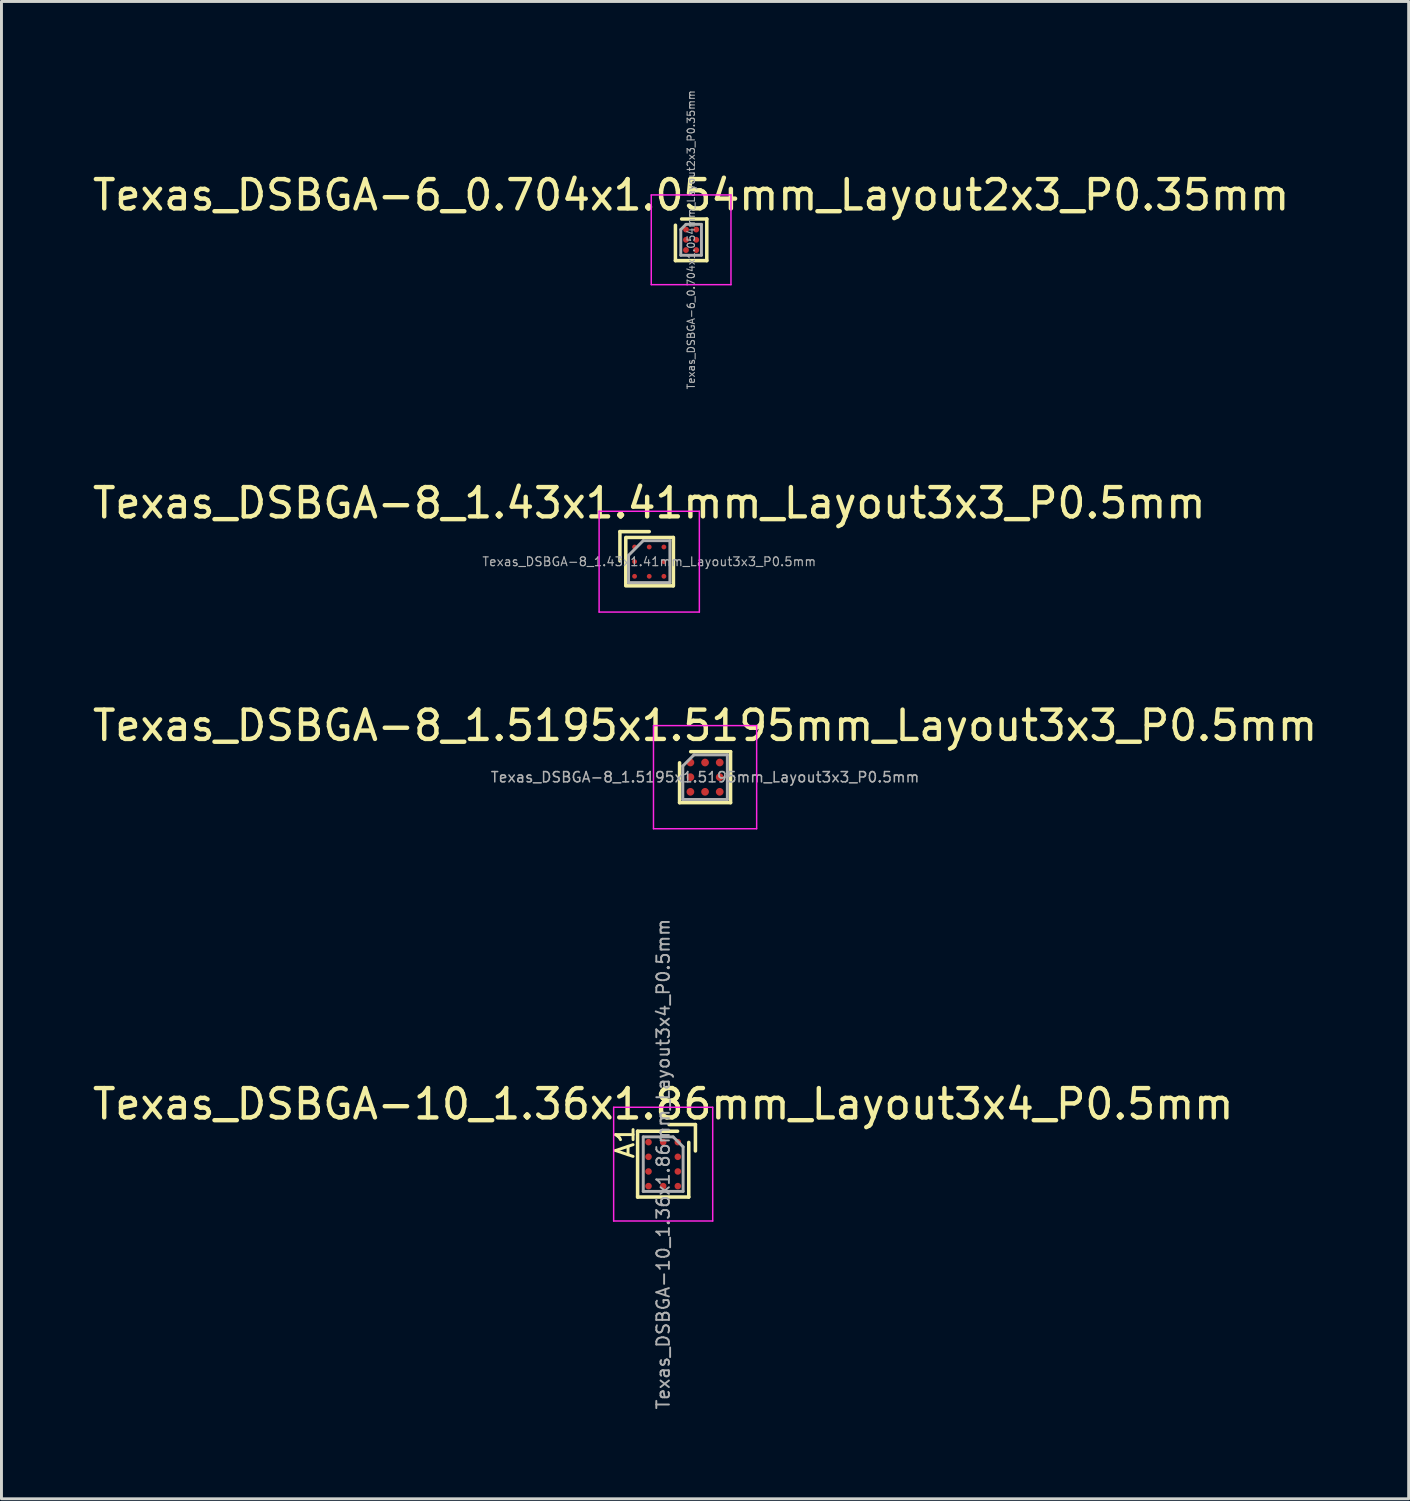
<source format=kicad_pcb>
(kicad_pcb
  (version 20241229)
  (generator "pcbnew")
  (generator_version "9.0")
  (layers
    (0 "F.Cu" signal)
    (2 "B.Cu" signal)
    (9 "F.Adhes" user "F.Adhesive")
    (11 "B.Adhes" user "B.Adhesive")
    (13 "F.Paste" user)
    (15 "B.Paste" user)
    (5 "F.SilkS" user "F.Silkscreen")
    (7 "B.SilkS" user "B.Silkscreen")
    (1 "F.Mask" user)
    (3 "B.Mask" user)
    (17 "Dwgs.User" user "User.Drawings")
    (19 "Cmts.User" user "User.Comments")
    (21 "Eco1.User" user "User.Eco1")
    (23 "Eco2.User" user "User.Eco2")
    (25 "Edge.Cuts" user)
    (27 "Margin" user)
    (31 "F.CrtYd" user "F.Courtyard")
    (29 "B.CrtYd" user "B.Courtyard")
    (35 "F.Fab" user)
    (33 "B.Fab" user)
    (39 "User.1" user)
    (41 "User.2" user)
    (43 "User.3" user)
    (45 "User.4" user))
  (footprint "Texas_DSBGA-8_1.5195x1.5195mm_Layout3x3_P0.5mm"
    (layer "F.Cu")
    (at 21.006 23.466)
    (property "Reference" "Texas_DSBGA-8_1.5195x1.5195mm_Layout3x3_P0.5mm" (at 0 -1.76 0) (layer "F.SilkS") (effects (font (size 1 1) (thickness 0.15))))
    (attr smd)
    (fp_line (start -0.87 0.87) (end -0.87 -0.49) (stroke (width 0.12) (type solid)) (layer "F.SilkS"))
    (fp_line (start -0.49 -0.87) (end 0.87 -0.87) (stroke (width 0.12) (type solid)) (layer "F.SilkS"))
    (fp_line (start 0.87 -0.87) (end 0.87 0.87) (stroke (width 0.12) (type solid)) (layer "F.SilkS"))
    (fp_line (start 0.87 0.87) (end -0.87 0.87) (stroke (width 0.12) (type solid)) (layer "F.SilkS"))
    (fp_line (start -1.76 -1.76) (end -1.76 1.76) (stroke (width 0.05) (type solid)) (layer "F.CrtYd"))
    (fp_line (start -1.76 1.76) (end 1.76 1.76) (stroke (width 0.05) (type solid)) (layer "F.CrtYd"))
    (fp_line (start 1.76 -1.76) (end -1.76 -1.76) (stroke (width 0.05) (type solid)) (layer "F.CrtYd"))
    (fp_line (start 1.76 1.76) (end 1.76 -1.76) (stroke (width 0.05) (type solid)) (layer "F.CrtYd"))
    (fp_line (start -0.76 -0.38) (end -0.38 -0.76) (stroke (width 0.1) (type solid)) (layer "F.Fab"))
    (fp_line (start -0.76 0.76) (end -0.76 -0.38) (stroke (width 0.1) (type solid)) (layer "F.Fab"))
    (fp_line (start -0.38 -0.76) (end 0.76 -0.76) (stroke (width 0.1) (type solid)) (layer "F.Fab"))
    (fp_line (start 0.76 -0.76) (end 0.76 0.76) (stroke (width 0.1) (type solid)) (layer "F.Fab"))
    (fp_line (start 0.76 0.76) (end -0.76 0.76) (stroke (width 0.1) (type solid)) (layer "F.Fab"))
    (fp_text user "${REFERENCE}" (at 0 0 0) (layer "F.Fab") (effects (font (size 0.35 0.35) (thickness 0.052))))
    (pad "A1" smd circle (at -0.5 -0.5) (size 0.263 0.263) (layers "F.Cu" "F.Mask" "F.Paste"))
    (pad "A2" smd circle (at 0 -0.5) (size 0.263 0.263) (layers "F.Cu" "F.Mask" "F.Paste"))
    (pad "A3" smd circle (at 0.5 -0.5) (size 0.263 0.263) (layers "F.Cu" "F.Mask" "F.Paste"))
    (pad "B1" smd circle (at -0.5 0) (size 0.263 0.263) (layers "F.Cu" "F.Mask" "F.Paste"))
    (pad "B3" smd circle (at 0.5 0) (size 0.263 0.263) (layers "F.Cu" "F.Mask" "F.Paste"))
    (pad "C1" smd circle (at -0.5 0.5) (size 0.263 0.263) (layers "F.Cu" "F.Mask" "F.Paste"))
    (pad "C2" smd circle (at 0 0.5) (size 0.263 0.263) (layers "F.Cu" "F.Mask" "F.Paste"))
    (pad "C3" smd circle (at 0.5 0.5) (size 0.263 0.263) (layers "F.Cu" "F.Mask" "F.Paste")))
  (footprint "Texas_DSBGA-8_1.43x1.41mm_Layout3x3_P0.5mm"
    (layer "F.Cu")
    (at 19.101 16.113)
    (property "Reference" "Texas_DSBGA-8_1.43x1.41mm_Layout3x3_P0.5mm" (at 0 -2 0) (layer "F.SilkS") (effects (font (size 1 1) (thickness 0.15))))
    (attr smd)
    (fp_line (start -1 -1.025) (end -1 -0.025) (stroke (width 0.12) (type solid)) (layer "F.SilkS"))
    (fp_line (start -0.8 -0.825) (end -0.8 0.8) (stroke (width 0.12) (type solid)) (layer "F.SilkS"))
    (fp_line (start -0.775 -0.825) (end 0.815 -0.825) (stroke (width 0.12) (type solid)) (layer "F.SilkS"))
    (fp_line (start 0 -1.025) (end -1 -1.025) (stroke (width 0.12) (type solid)) (layer "F.SilkS"))
    (fp_line (start 0.815 0.825) (end -0.8 0.825) (stroke (width 0.12) (type solid)) (layer "F.SilkS"))
    (fp_line (start 0.825 -0.825) (end 0.825 0.825) (stroke (width 0.12) (type solid)) (layer "F.SilkS"))
    (fp_line (start -1.71 -1.72) (end -1.71 1.72) (stroke (width 0.05) (type solid)) (layer "F.CrtYd"))
    (fp_line (start -1.71 1.72) (end 1.71 1.72) (stroke (width 0.05) (type solid)) (layer "F.CrtYd"))
    (fp_line (start 1.71 -1.72) (end -1.71 -1.72) (stroke (width 0.05) (type solid)) (layer "F.CrtYd"))
    (fp_line (start 1.71 1.72) (end 1.71 -1.72) (stroke (width 0.05) (type solid)) (layer "F.CrtYd"))
    (fp_line (start -0.705 -0.215) (end -0.705 0.715) (stroke (width 0.1) (type solid)) (layer "F.Fab"))
    (fp_line (start -0.705 -0.215) (end -0.205 -0.715) (stroke (width 0.1) (type solid)) (layer "F.Fab"))
    (fp_line (start -0.705 0.715) (end 0.705 0.715) (stroke (width 0.1) (type solid)) (layer "F.Fab"))
    (fp_line (start 0.705 -0.715) (end -0.205 -0.715) (stroke (width 0.1) (type solid)) (layer "F.Fab"))
    (fp_line (start 0.705 0.715) (end 0.705 -0.715) (stroke (width 0.1) (type solid)) (layer "F.Fab"))
    (fp_text user "${REFERENCE}" (at 0 0 0) (layer "F.Fab") (effects (font (size 0.3 0.3) (thickness 0.04))))
    (pad "" smd rect (at -0.5 -0.5) (size 0.3 0.3) (layers "F.Paste"))
    (pad "" smd rect (at -0.5 0) (size 0.3 0.3) (layers "F.Paste"))
    (pad "" smd rect (at -0.5 0.5) (size 0.3 0.3) (layers "F.Paste"))
    (pad "" smd rect (at 0 -0.5) (size 0.3 0.3) (layers "F.Paste"))
    (pad "" smd rect (at 0 0.5) (size 0.3 0.3) (layers "F.Paste"))
    (pad "" smd rect (at 0.5 -0.5) (size 0.3 0.3) (layers "F.Paste"))
    (pad "" smd rect (at 0.5 0) (size 0.3 0.3) (layers "F.Paste"))
    (pad "" smd rect (at 0.5 0.5) (size 0.3 0.3) (layers "F.Paste"))
    (pad "A1" smd circle (at -0.5 -0.5) (size 0.165 0.165) (layers "F.Cu" "F.Mask"))
    (pad "A2" smd circle (at 0 -0.5) (size 0.165 0.165) (layers "F.Cu" "F.Mask"))
    (pad "A3" smd circle (at 0.5 -0.5) (size 0.165 0.165) (layers "F.Cu" "F.Mask"))
    (pad "B1" smd circle (at -0.5 0) (size 0.165 0.165) (layers "F.Cu" "F.Mask"))
    (pad "B3" smd circle (at 0.5 0) (size 0.165 0.165) (layers "F.Cu" "F.Mask" "F.Paste"))
    (pad "C1" smd circle (at -0.5 0.5) (size 0.165 0.165) (layers "F.Cu" "F.Mask"))
    (pad "C2" smd circle (at 0 0.5) (size 0.165 0.165) (layers "F.Cu" "F.Mask"))
    (pad "C3" smd circle (at 0.5 0.5) (size 0.165 0.165) (layers "F.Cu" "F.Mask")))
  (footprint "Texas_DSBGA-10_1.36x1.86mm_Layout3x4_P0.5mm"
    (layer "F.Cu")
    (at 19.577 36.669)
    (property "Reference" "Texas_DSBGA-10_1.36x1.86mm_Layout3x4_P0.5mm" (at 0 -2.05 0) (layer "F.SilkS") (effects (font (size 1 1) (thickness 0.15))))
    (attr smd)
    (fp_line (start -0.873 -1.123) (end -0.873 1.123) (stroke (width 0.12) (type solid)) (layer "F.SilkS"))
    (fp_line (start -0.873 -1.123) (end 0.491 -1.123) (stroke (width 0.12) (type solid)) (layer "F.SilkS"))
    (fp_line (start 0.2 -1.35) (end 1.1 -1.35) (stroke (width 0.12) (type solid)) (layer "F.SilkS"))
    (fp_line (start 0.873 1.123) (end -0.873 1.123) (stroke (width 0.12) (type solid)) (layer "F.SilkS"))
    (fp_line (start 0.873 1.123) (end 0.873 -0.741) (stroke (width 0.12) (type solid)) (layer "F.SilkS"))
    (fp_line (start 1.1 -0.45) (end 1.1 -1.35) (stroke (width 0.12) (type solid)) (layer "F.SilkS"))
    (fp_line (start -1.69 -1.94) (end -1.69 1.94) (stroke (width 0.05) (type solid)) (layer "F.CrtYd"))
    (fp_line (start -1.69 1.94) (end 1.69 1.94) (stroke (width 0.05) (type solid)) (layer "F.CrtYd"))
    (fp_line (start 1.69 -1.94) (end -1.69 -1.94) (stroke (width 0.05) (type solid)) (layer "F.CrtYd"))
    (fp_line (start 1.69 1.94) (end 1.69 -1.94) (stroke (width 0.05) (type solid)) (layer "F.CrtYd"))
    (fp_line (start -0.68 -0.93) (end -0.68 0.93) (stroke (width 0.1) (type solid)) (layer "F.Fab"))
    (fp_line (start -0.68 -0.93) (end 0.34 -0.93) (stroke (width 0.1) (type solid)) (layer "F.Fab"))
    (fp_line (start 0.68 -0.59) (end 0.34 -0.93) (stroke (width 0.1) (type solid)) (layer "F.Fab"))
    (fp_line (start 0.68 0.93) (end -0.68 0.93) (stroke (width 0.1) (type solid)) (layer "F.Fab"))
    (fp_line (start 0.68 0.93) (end 0.68 -0.59) (stroke (width 0.1) (type solid)) (layer "F.Fab"))
    (fp_text user "A1" (at -1.3 -0.75 90) (unlocked yes) (layer "F.SilkS") (effects (font (size 0.6 0.6) (thickness 0.1))))
    (fp_text user "${REFERENCE}" (at 0 0 270) (layer "F.Fab") (effects (font (size 0.43 0.43) (thickness 0.065))))
    (pad "" smd roundrect (at -0.5 -0.75) (size 0.25 0.25) (layers "F.Paste") (roundrect_rratio 0.2))
    (pad "" smd roundrect (at -0.5 -0.25) (size 0.25 0.25) (layers "F.Paste") (roundrect_rratio 0.2))
    (pad "" smd roundrect (at -0.5 0.25) (size 0.25 0.25) (layers "F.Paste") (roundrect_rratio 0.2))
    (pad "" smd roundrect (at -0.5 0.75) (size 0.25 0.25) (layers "F.Paste") (roundrect_rratio 0.2))
    (pad "" smd roundrect (at 0 -0.75) (size 0.25 0.25) (layers "F.Paste") (roundrect_rratio 0.2))
    (pad "" smd roundrect (at 0 0.75) (size 0.25 0.25) (layers "F.Paste") (roundrect_rratio 0.2))
    (pad "" smd roundrect (at 0.5 -0.75) (size 0.25 0.25) (layers "F.Paste") (roundrect_rratio 0.2))
    (pad "" smd roundrect (at 0.5 -0.25) (size 0.25 0.25) (layers "F.Paste") (roundrect_rratio 0.2))
    (pad "" smd roundrect (at 0.5 0.25) (size 0.25 0.25) (layers "F.Paste") (roundrect_rratio 0.2))
    (pad "" smd roundrect (at 0.5 0.75) (size 0.25 0.25) (layers "F.Paste") (roundrect_rratio 0.2))
    (pad "A1" smd circle (at -0.5 -0.75) (size 0.225 0.225) (layers "F.Cu" "F.Mask"))
    (pad "A2" smd circle (at 0 -0.75) (size 0.225 0.225) (layers "F.Cu" "F.Mask"))
    (pad "A3" smd circle (at 0.5 -0.75) (size 0.225 0.225) (layers "F.Cu" "F.Mask"))
    (pad "B1" smd circle (at -0.5 -0.25) (size 0.225 0.225) (layers "F.Cu" "F.Mask"))
    (pad "B3" smd circle (at 0.5 -0.25) (size 0.225 0.225) (layers "F.Cu" "F.Mask"))
    (pad "C1" smd circle (at -0.5 0.25) (size 0.225 0.225) (layers "F.Cu" "F.Mask"))
    (pad "C3" smd circle (at 0.5 0.25) (size 0.225 0.225) (layers "F.Cu" "F.Mask"))
    (pad "D1" smd circle (at -0.5 0.75) (size 0.225 0.225) (layers "F.Cu" "F.Mask"))
    (pad "D2" smd circle (at 0 0.75) (size 0.225 0.225) (layers "F.Cu" "F.Mask"))
    (pad "D3" smd circle (at 0.5 0.75) (size 0.225 0.225) (layers "F.Cu" "F.Mask")))
  (footprint "Texas_DSBGA-6_0.704x1.054mm_Layout2x3_P0.35mm"
    (layer "F.Cu")
    (at 20.53 5.132)
    (property "Reference" "Texas_DSBGA-6_0.704x1.054mm_Layout2x3_P0.35mm" (at 0 -1.527 0) (layer "F.SilkS") (effects (font (size 1 1) (thickness 0.15))))
    (attr smd)
    (fp_line (start -0.535 0.71) (end -0.535 -0.497) (stroke (width 0.12) (type solid)) (layer "F.SilkS"))
    (fp_line (start -0.323 -0.71) (end 0.535 -0.71) (stroke (width 0.12) (type solid)) (layer "F.SilkS"))
    (fp_line (start 0.535 -0.71) (end 0.535 0.71) (stroke (width 0.12) (type solid)) (layer "F.SilkS"))
    (fp_line (start 0.535 0.71) (end -0.535 0.71) (stroke (width 0.12) (type solid)) (layer "F.SilkS"))
    (fp_line (start -1.36 -1.53) (end -1.36 1.53) (stroke (width 0.05) (type solid)) (layer "F.CrtYd"))
    (fp_line (start -1.36 1.53) (end 1.36 1.53) (stroke (width 0.05) (type solid)) (layer "F.CrtYd"))
    (fp_line (start 1.36 -1.53) (end -1.36 -1.53) (stroke (width 0.05) (type solid)) (layer "F.CrtYd"))
    (fp_line (start 1.36 1.53) (end 1.36 -1.53) (stroke (width 0.05) (type solid)) (layer "F.CrtYd"))
    (fp_line (start -0.352 -0.351) (end -0.176 -0.527) (stroke (width 0.1) (type solid)) (layer "F.Fab"))
    (fp_line (start -0.352 0.527) (end -0.352 -0.351) (stroke (width 0.1) (type solid)) (layer "F.Fab"))
    (fp_line (start -0.176 -0.527) (end 0.352 -0.527) (stroke (width 0.1) (type solid)) (layer "F.Fab"))
    (fp_line (start 0.352 -0.527) (end 0.352 0.527) (stroke (width 0.1) (type solid)) (layer "F.Fab"))
    (fp_line (start 0.352 0.527) (end -0.352 0.527) (stroke (width 0.1) (type solid)) (layer "F.Fab"))
    (fp_text user "${REFERENCE}" (at 0 0 270) (layer "F.Fab") (effects (font (size 0.25 0.25) (thickness 0.037))))
    (pad "A1" smd circle (at -0.175 -0.35) (size 0.2 0.2) (layers "F.Cu" "F.Mask" "F.Paste"))
    (pad "A2" smd circle (at 0.175 -0.35) (size 0.2 0.2) (layers "F.Cu" "F.Mask" "F.Paste"))
    (pad "B1" smd circle (at -0.175 0) (size 0.2 0.2) (layers "F.Cu" "F.Mask" "F.Paste"))
    (pad "B2" smd circle (at 0.175 0) (size 0.2 0.2) (layers "F.Cu" "F.Mask" "F.Paste"))
    (pad "C1" smd circle (at -0.175 0.35) (size 0.2 0.2) (layers "F.Cu" "F.Mask" "F.Paste"))
    (pad "C2" smd circle (at 0.175 0.35) (size 0.2 0.2) (layers "F.Cu" "F.Mask" "F.Paste")))
  (gr_rect
    (start -3 -3)
    (end 45.012 48.088)
    (stroke (width 0.1) (type default))
    (fill no)
    (layer "Edge.Cuts")))
</source>
